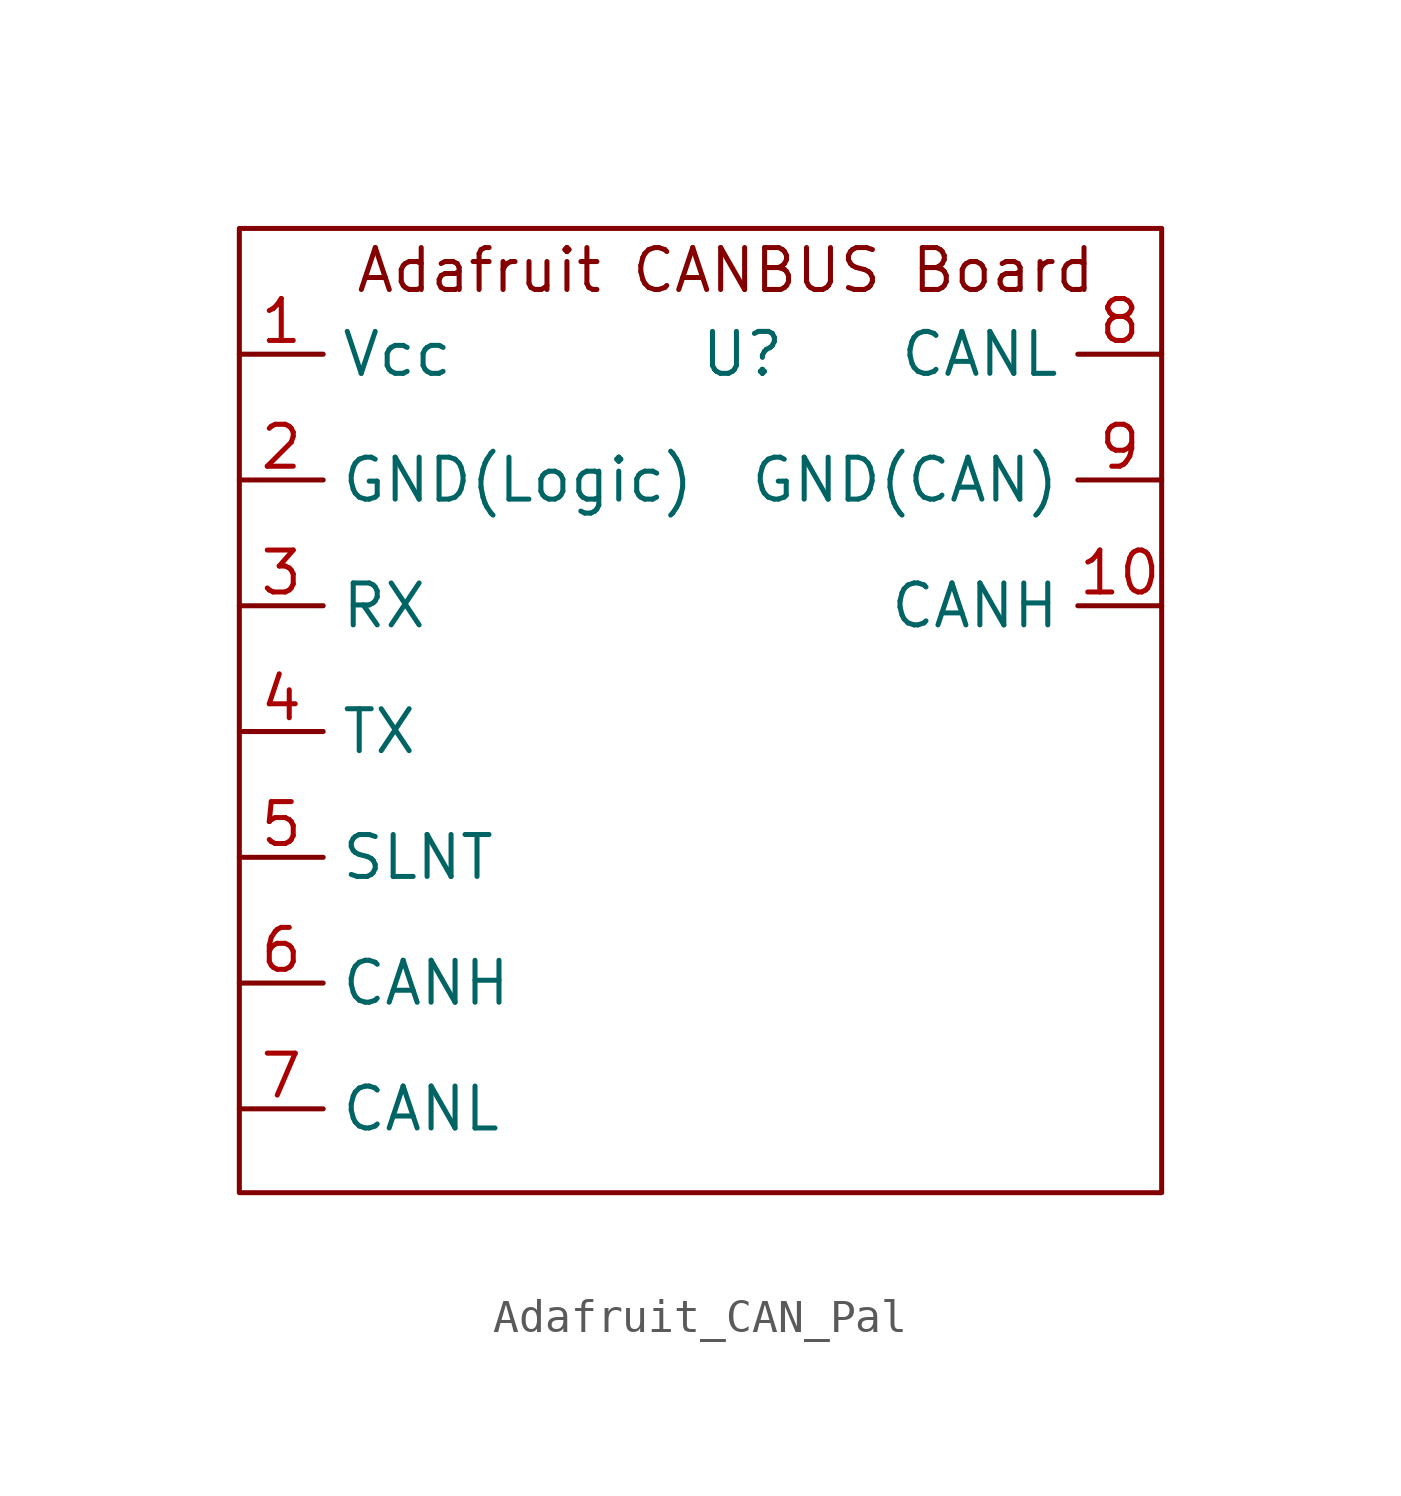
<source format=kicad_sym>
(kicad_symbol_lib
  (version 20231120)
  (generator "kicad_symbol_editor")
  (generator_version "8.0")
  (symbol "Adafruit_CAN_Pal"
    (property "Reference" "U"
      (at 0 0 0)
      (effects (font (size 1.27 1.27))))
    (property "Value" ""
      (at 0 0 0)
      (effects (font (size 1.27 1.27))))
    (symbol "Adafruit_CAN_Pal_1_1"
      (rectangle (start -15.24 -25.4) (end 12.7 3.81) (stroke (width 0) (type default)) (fill (type none)))
      (text "Adafruit CANBUS Board" (at -0.508 2.54 0) (effects (font (size 1.27 1.27))))
      (pin input line (at -15.24 0 0) (length 2.54) (name "Vcc" (effects (font (size 1.27 1.27)))) (number "1" (effects (font (size 1.27 1.27)))))
      (pin input line (at 12.7 -7.62 180) (length 2.54) (name "CANH" (effects (font (size 1.27 1.27)))) (number "10" (effects (font (size 1.27 1.27)))))
      (pin input line (at -15.24 -3.81 0) (length 2.54) (name "GND(Logic)" (effects (font (size 1.27 1.27)))) (number "2" (effects (font (size 1.27 1.27)))))
      (pin input line (at -15.24 -7.62 0) (length 2.54) (name "RX" (effects (font (size 1.27 1.27)))) (number "3" (effects (font (size 1.27 1.27)))))
      (pin input line (at -15.24 -11.43 0) (length 2.54) (name "TX" (effects (font (size 1.27 1.27)))) (number "4" (effects (font (size 1.27 1.27)))))
      (pin input line (at -15.24 -15.24 0) (length 2.54) (name "SLNT" (effects (font (size 1.27 1.27)))) (number "5" (effects (font (size 1.27 1.27)))))
      (pin input line (at -15.24 -19.05 0) (length 2.54) (name "CANH" (effects (font (size 1.27 1.27)))) (number "6" (effects (font (size 1.27 1.27)))))
      (pin input line (at -15.24 -22.86 0) (length 2.54) (name "CANL" (effects (font (size 1.27 1.27)))) (number "7" (effects (font (size 1.27 1.27)))))
      (pin input line (at 12.7 0 180) (length 2.54) (name "CANL" (effects (font (size 1.27 1.27)))) (number "8" (effects (font (size 1.27 1.27)))))
      (pin input line (at 12.7 -3.81 180) (length 2.54) (name "GND(CAN)" (effects (font (size 1.27 1.27)))) (number "9" (effects (font (size 1.27 1.27))))))))
</source>
